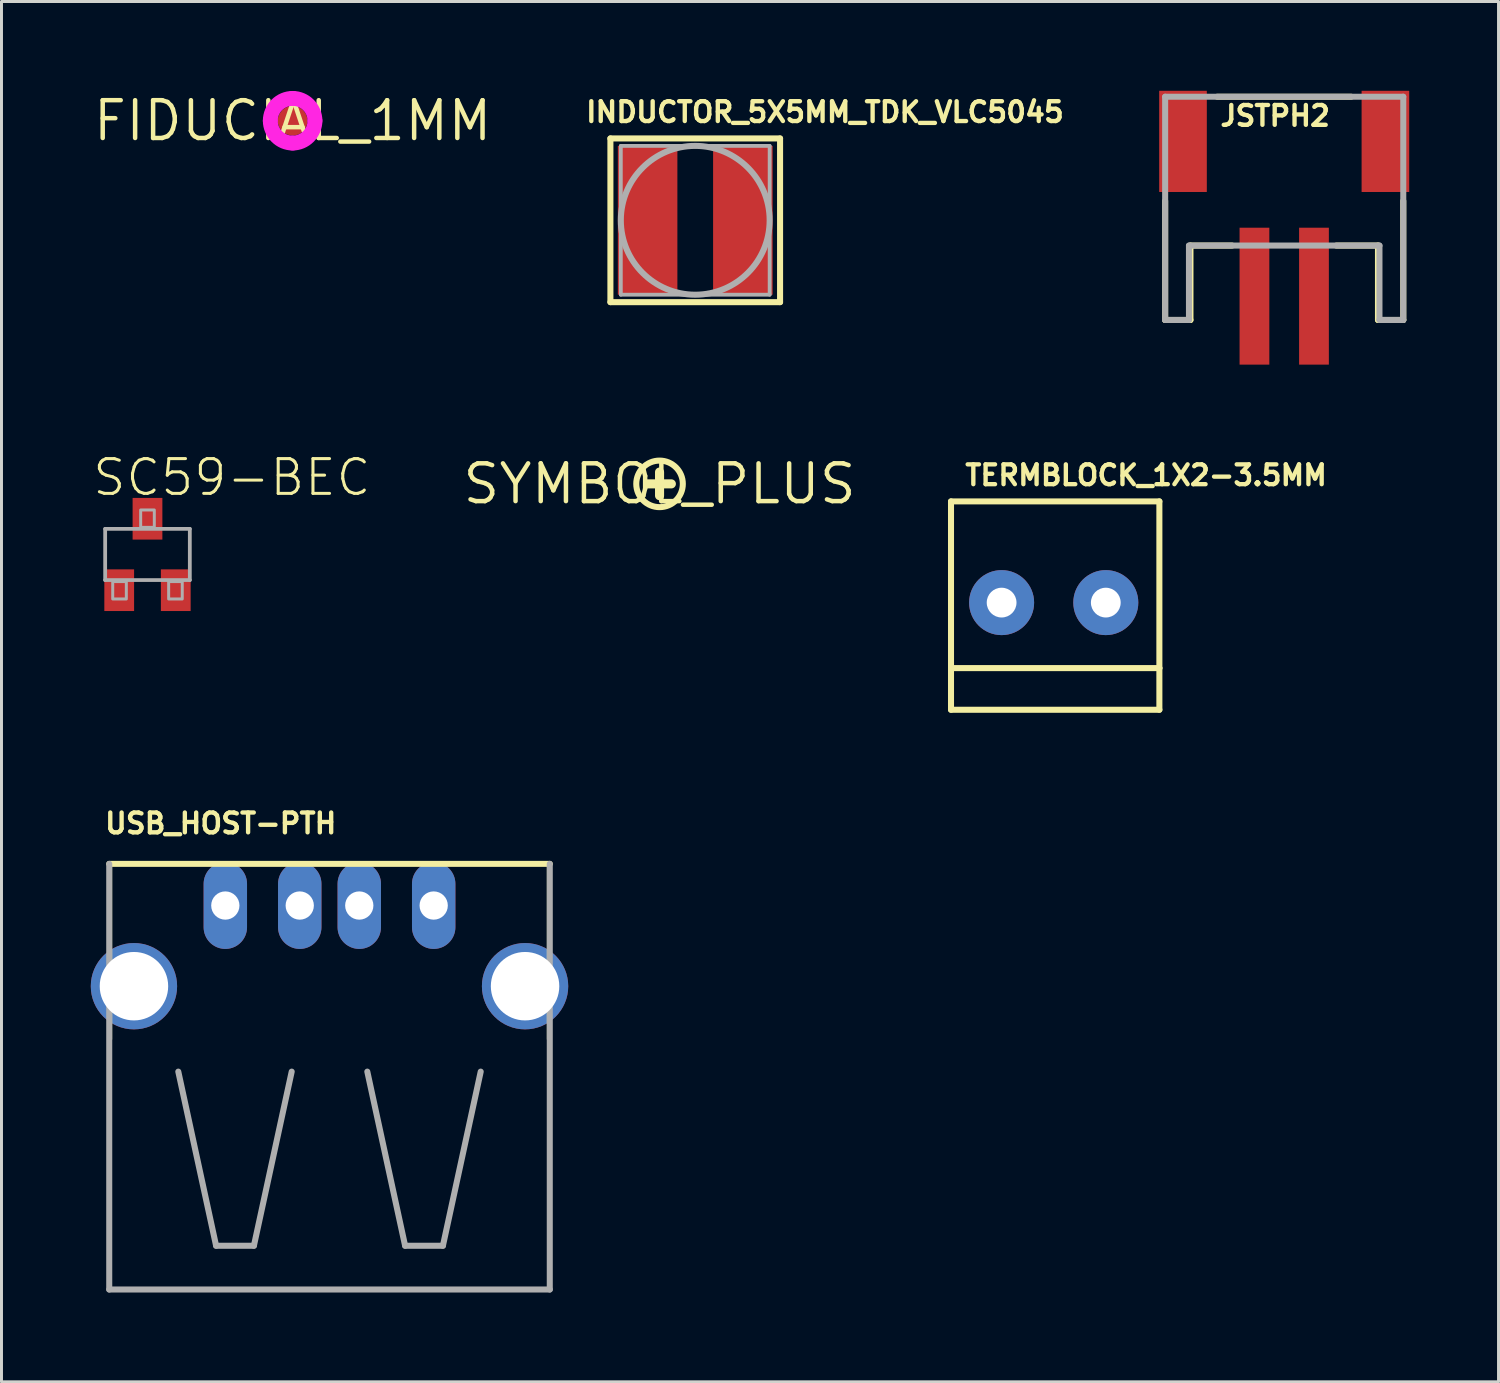
<source format=kicad_pcb>
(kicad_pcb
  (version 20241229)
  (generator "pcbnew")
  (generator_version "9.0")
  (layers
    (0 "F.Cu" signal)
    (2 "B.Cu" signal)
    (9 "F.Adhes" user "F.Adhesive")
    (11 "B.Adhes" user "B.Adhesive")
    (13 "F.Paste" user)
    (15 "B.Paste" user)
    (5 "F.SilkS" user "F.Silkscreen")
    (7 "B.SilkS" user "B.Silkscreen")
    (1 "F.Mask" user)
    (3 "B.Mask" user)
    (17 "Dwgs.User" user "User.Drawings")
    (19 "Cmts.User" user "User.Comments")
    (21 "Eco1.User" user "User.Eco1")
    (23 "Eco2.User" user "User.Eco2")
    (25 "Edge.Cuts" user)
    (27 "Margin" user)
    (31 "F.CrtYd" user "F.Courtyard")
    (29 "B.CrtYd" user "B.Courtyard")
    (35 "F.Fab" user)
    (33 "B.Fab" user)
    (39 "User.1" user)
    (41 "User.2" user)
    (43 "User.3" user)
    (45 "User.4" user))
  (footprint "USB_HOST-PTH"
    (layer "F.Cu")
    (at 8.02 33.892)
    (property "Reference" "USB_HOST-PTH" (at -7.62 -8.89 0) (layer "F.SilkS") (effects (font (size 0.666 0.666) (thickness 0.146)) (justify left bottom)))
    (fp_line (start -7.366 -7.874) (end -7.366 -2.032) (stroke (width 0.127) (type solid)) (layer "F.SilkS"))
    (fp_line (start 7.366 -7.874) (end 7.366 -2.032) (stroke (width 0.127) (type solid)) (layer "F.SilkS"))
    (fp_line (start 7.4 -7.92) (end -7.4 -7.92) (stroke (width 0.203) (type solid)) (layer "F.SilkS"))
    (fp_line (start -7.4 -7.92) (end -7.4 6.38) (stroke (width 0.203) (type solid)) (layer "F.Fab"))
    (fp_line (start -7.4 6.38) (end 7.4 6.38) (stroke (width 0.203) (type solid)) (layer "F.Fab"))
    (fp_line (start -5.08 -0.94) (end -3.81 4.91) (stroke (width 0.203) (type solid)) (layer "F.Fab"))
    (fp_line (start -3.81 4.91) (end -2.54 4.91) (stroke (width 0.203) (type solid)) (layer "F.Fab"))
    (fp_line (start -2.54 4.91) (end -1.27 -0.94) (stroke (width 0.203) (type solid)) (layer "F.Fab"))
    (fp_line (start 1.27 -0.94) (end 2.54 4.91) (stroke (width 0.203) (type solid)) (layer "F.Fab"))
    (fp_line (start 2.54 4.91) (end 3.81 4.91) (stroke (width 0.203) (type solid)) (layer "F.Fab"))
    (fp_line (start 3.81 4.91) (end 5.08 -0.94) (stroke (width 0.203) (type solid)) (layer "F.Fab"))
    (fp_line (start 7.4 6.38) (end 7.4 -7.92) (stroke (width 0.203) (type solid)) (layer "F.Fab"))
    (pad "D+" thru_hole oval (at 1 -6.52 90) (size 2.916 1.458) (drill 0.95) (layers "*.Cu" "*.Mask"))
    (pad "D-" thru_hole oval (at -1 -6.52 90) (size 2.916 1.458) (drill 0.95) (layers "*.Cu" "*.Mask"))
    (pad "GND" thru_hole oval (at 3.5 -6.52 90) (size 2.916 1.458) (drill 0.95) (layers "*.Cu" "*.Mask"))
    (pad "S1" thru_hole circle (at -6.57 -3.81) (size 2.9 2.9) (drill 2.3) (layers "*.Cu" "*.Mask"))
    (pad "S2" thru_hole circle (at 6.57 -3.81 180) (size 2.9 2.9) (drill 2.3) (layers "*.Cu" "*.Mask"))
    (pad "VBUS" thru_hole oval (at -3.5 -6.52 90) (size 2.916 1.458) (drill 0.95) (layers "*.Cu" "*.Mask")))
  (footprint "INDUCTOR_5X5MM_TDK_VLC5045"
    (layer "F.Cu")
    (at 20.307 4.351)
    (property "Reference" "INDUCTOR_5X5MM_TDK_VLC5045" (at -3.746 -3.246 0) (layer "F.SilkS") (effects (font (size 0.666 0.666) (thickness 0.146)) (justify left bottom)))
    (fp_line (start -2.85 -2.75) (end 2.85 -2.75) (stroke (width 0.203) (type solid)) (layer "F.SilkS"))
    (fp_line (start -2.85 2.75) (end -2.85 -2.75) (stroke (width 0.203) (type solid)) (layer "F.SilkS"))
    (fp_line (start 2.85 -2.75) (end 2.85 2.75) (stroke (width 0.203) (type solid)) (layer "F.SilkS"))
    (fp_line (start 2.85 2.75) (end -2.85 2.75) (stroke (width 0.203) (type solid)) (layer "F.SilkS"))
    (fp_line (start -2.5 -2.5) (end 2.5 -2.5) (stroke (width 0.127) (type solid)) (layer "F.Fab"))
    (fp_line (start -2.5 2.5) (end -2.5 -2.5) (stroke (width 0.127) (type solid)) (layer "F.Fab"))
    (fp_line (start 2.5 -2.5) (end 2.5 2.5) (stroke (width 0.127) (type solid)) (layer "F.Fab"))
    (fp_line (start 2.5 2.5) (end -2.5 2.5) (stroke (width 0.127) (type solid)) (layer "F.Fab"))
    (fp_circle (center 0 0) (end 2.5 0) (stroke (width 0.203) (type solid)) (fill no) (layer "F.Fab"))
    (pad "P$1" smd rect (at -1.6 0) (size 2 5) (layers "F.Cu" "F.Mask" "F.Paste"))
    (pad "P$2" smd rect (at 1.6 0) (size 2 5) (layers "F.Cu" "F.Mask" "F.Paste")))
  (footprint "JSTPH2"
    (layer "F.Cu")
    (at 40.094 3.2)
    (property "Reference" "JSTPH2" (at -2.223 -1.968 0) (layer "F.SilkS") (effects (font (size 0.666 0.666) (thickness 0.146)) (justify left bottom)))
    (fp_line (start -4 4.5) (end -4 0.5) (stroke (width 0.203) (type solid)) (layer "F.SilkS"))
    (fp_line (start -3.15 2) (end -3.15 4.5) (stroke (width 0.203) (type solid)) (layer "F.SilkS"))
    (fp_line (start -3.15 4.5) (end -4 4.5) (stroke (width 0.203) (type solid)) (layer "F.SilkS"))
    (fp_line (start -2.25 -3) (end 2.25 -3) (stroke (width 0.203) (type solid)) (layer "F.SilkS"))
    (fp_line (start -1.75 2) (end -3.15 2) (stroke (width 0.203) (type solid)) (layer "F.SilkS"))
    (fp_line (start 3.15 2) (end 1.75 2) (stroke (width 0.203) (type solid)) (layer "F.SilkS"))
    (fp_line (start 3.15 4.5) (end 3.15 2) (stroke (width 0.203) (type solid)) (layer "F.SilkS"))
    (fp_line (start 4 0.5) (end 4 4.5) (stroke (width 0.203) (type solid)) (layer "F.SilkS"))
    (fp_line (start 4 4.5) (end 3.15 4.5) (stroke (width 0.203) (type solid)) (layer "F.SilkS"))
    (fp_line (start -4 -3) (end 4 -3) (stroke (width 0.203) (type solid)) (layer "F.Fab"))
    (fp_line (start -4 4.5) (end -4 -3) (stroke (width 0.203) (type solid)) (layer "F.Fab"))
    (fp_line (start -3.2 2) (end -3.2 4.5) (stroke (width 0.203) (type solid)) (layer "F.Fab"))
    (fp_line (start -3.2 4.5) (end -4 4.5) (stroke (width 0.203) (type solid)) (layer "F.Fab"))
    (fp_line (start 3.2 2) (end -3.2 2) (stroke (width 0.203) (type solid)) (layer "F.Fab"))
    (fp_line (start 3.2 4.5) (end 3.2 2) (stroke (width 0.203) (type solid)) (layer "F.Fab"))
    (fp_line (start 4 -3) (end 4 4.5) (stroke (width 0.203) (type solid)) (layer "F.Fab"))
    (fp_line (start 4 4.5) (end 3.2 4.5) (stroke (width 0.203) (type solid)) (layer "F.Fab"))
    (pad "1" smd rect (at -1 3.7) (size 1 4.6) (layers "F.Cu" "F.Mask" "F.Paste"))
    (pad "2" smd rect (at 1 3.7) (size 1 4.6) (layers "F.Cu" "F.Mask" "F.Paste"))
    (pad "NC1" smd rect (at -3.4 -1.5 90) (size 3.4 1.6) (layers "F.Cu" "F.Mask" "F.Paste"))
    (pad "NC2" smd rect (at 3.4 -1.5 90) (size 3.4 1.6) (layers "F.Cu" "F.Mask" "F.Paste")))
  (footprint "FIDUCIAL_1MM"
    (layer "F.Cu")
    (at 6.781 1.006)
    (property "Reference" "FIDUCIAL_1MM" (at 0 0 0) (layer "F.SilkS") (effects (font (size 1.27 1.27) (thickness 0.15))))
    (fp_arc (start -0.75 0) (mid -0.53033 -0.53033) (end 0 -0.75) (stroke (width 0.5) (type solid)) (layer "F.Mask"))
    (fp_arc (start 0 -0.75) (mid 0.53033 -0.53033) (end 0.75 0) (stroke (width 0.5) (type solid)) (layer "F.Mask"))
    (fp_arc (start 0 0.75) (mid -0.53033 0.53033) (end -0.75 0) (stroke (width 0.5) (type solid)) (layer "F.Mask"))
    (fp_arc (start 0.75 0) (mid 0.53033 0.53033) (end 0 0.75) (stroke (width 0.5) (type solid)) (layer "F.Mask"))
    (fp_arc (start -0.75 0) (mid -0.53033 -0.53033) (end 0 -0.75) (stroke (width 0.5) (type solid)) (layer "F.CrtYd"))
    (fp_arc (start 0 -0.75) (mid 0.53033 -0.53033) (end 0.75 0) (stroke (width 0.5) (type solid)) (layer "F.CrtYd"))
    (fp_arc (start 0 0.75) (mid -0.53033 0.53033) (end -0.75 0) (stroke (width 0.5) (type solid)) (layer "F.CrtYd"))
    (fp_arc (start 0.75 0) (mid 0.53033 0.53033) (end 0 0.75) (stroke (width 0.5) (type solid)) (layer "F.CrtYd"))
    (pad "1" smd roundrect (at 0 0) (size 1 1) (layers "F.Cu" "F.Mask") (roundrect_rratio 0.5)))
  (footprint "SC59-BEC"
    (layer "F.Cu")
    (at 1.905 15.578)
    (property "Reference" "SC59-BEC" (at -1.905 -1.905 0) (layer "F.SilkS") (effects (font (size 1.168 1.168) (thickness 0.102)) (justify left bottom)))
    (fp_line (start -1.422 -0.86) (end 1.422 -0.86) (stroke (width 0.127) (type solid)) (layer "F.Fab"))
    (fp_line (start -1.422 0.86) (end -1.422 -0.86) (stroke (width 0.127) (type solid)) (layer "F.Fab"))
    (fp_line (start 1.422 -0.86) (end 1.422 0.86) (stroke (width 0.127) (type solid)) (layer "F.Fab"))
    (fp_line (start 1.422 0.86) (end -1.422 0.86) (stroke (width 0.127) (type solid)) (layer "F.Fab"))
    (fp_poly (pts (xy -1.168 1.495) (xy -0.711 1.495) (xy -0.711 0.911) (xy -1.168 0.911)) (stroke (width 0.1) (type solid)) (fill no) (layer "F.Fab"))
    (fp_poly (pts (xy -0.229 -0.911) (xy 0.229 -0.911) (xy 0.229 -1.495) (xy -0.229 -1.495)) (stroke (width 0.1) (type solid)) (fill no) (layer "F.Fab"))
    (fp_poly (pts (xy 0.711 1.495) (xy 1.168 1.495) (xy 1.168 0.911) (xy 0.711 0.911)) (stroke (width 0.1) (type solid)) (fill no) (layer "F.Fab"))
    (pad "B" smd rect (at -0.95 1.2) (size 1 1.4) (layers "F.Cu" "F.Mask" "F.Paste"))
    (pad "C" smd rect (at 0 -1.2) (size 1 1.4) (layers "F.Cu" "F.Mask" "F.Paste"))
    (pad "E" smd rect (at 0.95 1.2) (size 1 1.4) (layers "F.Cu" "F.Mask" "F.Paste")))
  (footprint "SYMBOL_PLUS"
    (layer "F.Cu")
    (at 19.108 13.206)
    (property "Reference" "SYMBOL_PLUS" (at 0 0 0) (layer "F.SilkS") (effects (font (size 1.27 1.27) (thickness 0.15))))
    (fp_line (start 0 -0.397) (end 0 0.397) (stroke (width 0.305) (type solid)) (layer "F.SilkS"))
    (fp_line (start 0.397 0) (end -0.397 0) (stroke (width 0.305) (type solid)) (layer "F.SilkS"))
    (fp_circle (center 0 0) (end 0.782 0) (stroke (width 0.203) (type solid)) (fill no) (layer "F.SilkS")))
  (footprint "TERMBLOCK_1X2-3.5MM"
    (layer "F.Cu")
    (at 32.3 17.195)
    (property "Reference" "TERMBLOCK_1X2-3.5MM" (at -3 -3.89 0) (layer "F.SilkS") (effects (font (size 0.666 0.666) (thickness 0.146)) (justify left bottom)))
    (fp_line (start -3.4 -3.4) (end -3.4 2.2) (stroke (width 0.203) (type solid)) (layer "F.SilkS"))
    (fp_line (start -3.4 2.2) (end -3.4 3.6) (stroke (width 0.203) (type solid)) (layer "F.SilkS"))
    (fp_line (start -3.4 2.2) (end 3.6 2.2) (stroke (width 0.203) (type solid)) (layer "F.SilkS"))
    (fp_line (start -3.4 3.6) (end 3.6 3.6) (stroke (width 0.203) (type solid)) (layer "F.SilkS"))
    (fp_line (start 3.6 -3.4) (end -3.4 -3.4) (stroke (width 0.203) (type solid)) (layer "F.SilkS"))
    (fp_line (start 3.6 2.2) (end 3.6 -3.4) (stroke (width 0.203) (type solid)) (layer "F.SilkS"))
    (fp_line (start 3.6 3.6) (end 3.6 2.2) (stroke (width 0.203) (type solid)) (layer "F.SilkS"))
    (pad "1" thru_hole circle (at 1.8 0) (size 2.184 2.184) (drill 1) (layers "*.Cu" "*.Mask"))
    (pad "2" thru_hole circle (at -1.7 0) (size 2.184 2.184) (drill 1) (layers "*.Cu" "*.Mask")))
  (gr_rect
    (start -3 -3)
    (end 47.294 43.374)
    (stroke (width 0.1) (type default))
    (fill no)
    (layer "Edge.Cuts")))
</source>
